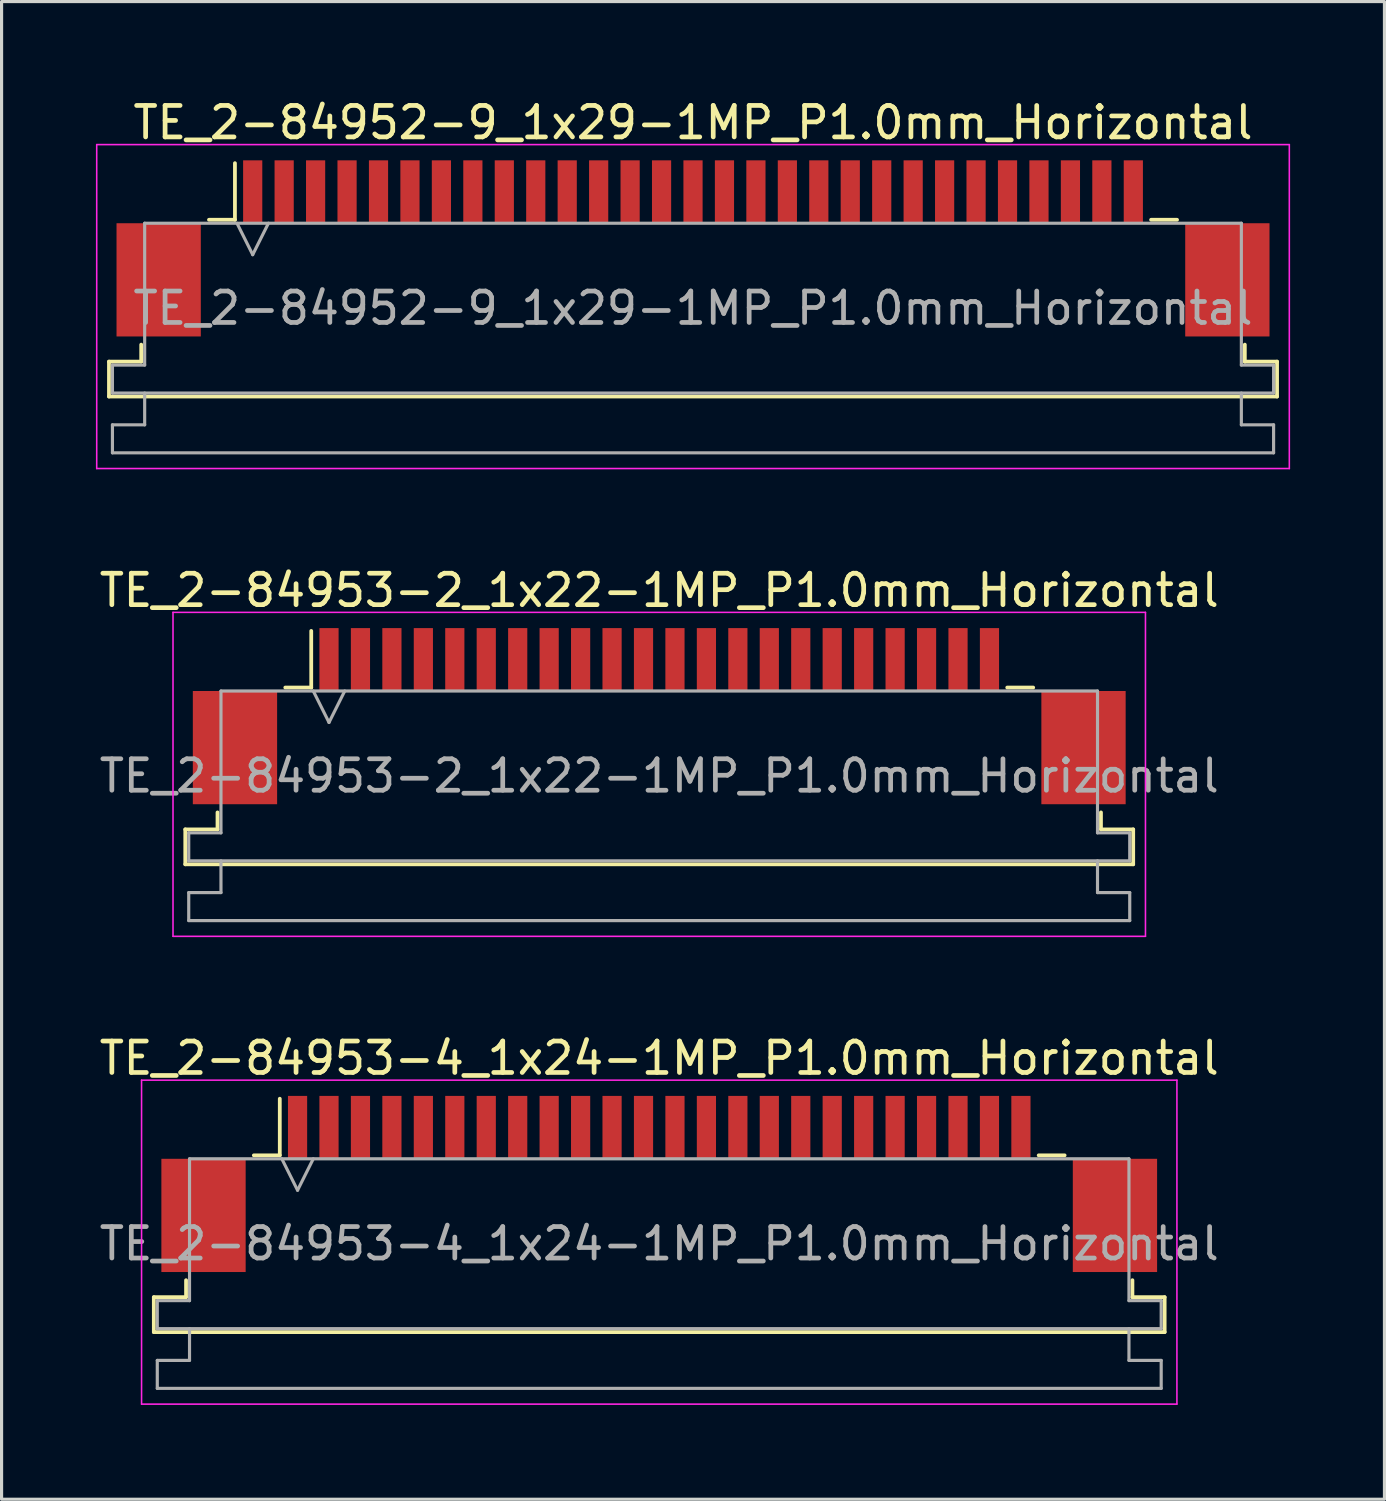
<source format=kicad_pcb>
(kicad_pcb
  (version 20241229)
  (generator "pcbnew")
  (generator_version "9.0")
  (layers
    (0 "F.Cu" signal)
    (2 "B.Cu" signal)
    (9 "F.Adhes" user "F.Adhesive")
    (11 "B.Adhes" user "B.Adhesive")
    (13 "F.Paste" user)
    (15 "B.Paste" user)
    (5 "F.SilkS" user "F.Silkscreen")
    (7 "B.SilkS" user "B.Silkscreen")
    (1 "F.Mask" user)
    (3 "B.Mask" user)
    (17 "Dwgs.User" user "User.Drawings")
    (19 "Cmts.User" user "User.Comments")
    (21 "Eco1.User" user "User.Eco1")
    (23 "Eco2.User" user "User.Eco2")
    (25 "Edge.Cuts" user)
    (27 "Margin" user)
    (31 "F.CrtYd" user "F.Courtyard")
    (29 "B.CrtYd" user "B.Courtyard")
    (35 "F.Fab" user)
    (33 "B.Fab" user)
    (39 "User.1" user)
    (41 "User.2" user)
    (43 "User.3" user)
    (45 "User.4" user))
  (footprint "TE_2-84953-2_1x22-1MP_P1.0mm_Horizontal"
    (layer "F.Cu")
    (at 17.911 19.721)
    (property "Reference" "TE_2-84953-2_1x22-1MP_P1.0mm_Horizontal" (at 0 -4 0) (layer "F.SilkS") (effects (font (size 1 1) (thickness 0.15))))
    (attr smd)
    (fp_line (start -15.07 3.6) (end -14.045 3.6) (stroke (width 0.12) (type solid)) (layer "F.SilkS"))
    (fp_line (start -15.07 4.71) (end -15.07 3.6) (stroke (width 0.12) (type solid)) (layer "F.SilkS"))
    (fp_line (start -14.045 3.6) (end -14.045 3.06) (stroke (width 0.12) (type solid)) (layer "F.SilkS"))
    (fp_line (start -11.89 -0.91) (end -11.065 -0.91) (stroke (width 0.12) (type solid)) (layer "F.SilkS"))
    (fp_line (start -11.065 -0.91) (end -11.065 -2.71) (stroke (width 0.12) (type solid)) (layer "F.SilkS"))
    (fp_line (start 11.065 -0.91) (end 11.89 -0.91) (stroke (width 0.12) (type solid)) (layer "F.SilkS"))
    (fp_line (start 14.045 3.06) (end 14.045 3.6) (stroke (width 0.12) (type solid)) (layer "F.SilkS"))
    (fp_line (start 14.045 3.6) (end 15.07 3.6) (stroke (width 0.12) (type solid)) (layer "F.SilkS"))
    (fp_line (start 15.07 3.6) (end 15.07 4.71) (stroke (width 0.12) (type solid)) (layer "F.SilkS"))
    (fp_line (start 15.07 4.71) (end -15.07 4.71) (stroke (width 0.12) (type solid)) (layer "F.SilkS"))
    (fp_line (start -15.46 -3.3) (end -15.46 7) (stroke (width 0.05) (type solid)) (layer "F.CrtYd"))
    (fp_line (start -15.46 7) (end 15.46 7) (stroke (width 0.05) (type solid)) (layer "F.CrtYd"))
    (fp_line (start 15.46 -3.3) (end -15.46 -3.3) (stroke (width 0.05) (type solid)) (layer "F.CrtYd"))
    (fp_line (start 15.46 7) (end 15.46 -3.3) (stroke (width 0.05) (type solid)) (layer "F.CrtYd"))
    (fp_line (start -14.96 3.71) (end -13.935 3.71) (stroke (width 0.1) (type solid)) (layer "F.Fab"))
    (fp_line (start -14.96 4.6) (end -14.96 3.71) (stroke (width 0.1) (type solid)) (layer "F.Fab"))
    (fp_line (start -14.96 5.61) (end -13.935 5.61) (stroke (width 0.1) (type solid)) (layer "F.Fab"))
    (fp_line (start -14.96 6.5) (end -14.96 5.61) (stroke (width 0.1) (type solid)) (layer "F.Fab"))
    (fp_line (start -13.935 -0.8) (end 13.935 -0.8) (stroke (width 0.1) (type solid)) (layer "F.Fab"))
    (fp_line (start -13.935 3.71) (end -13.935 -0.8) (stroke (width 0.1) (type solid)) (layer "F.Fab"))
    (fp_line (start -13.935 5.61) (end -13.935 4.6) (stroke (width 0.1) (type solid)) (layer "F.Fab"))
    (fp_line (start -11 -0.8) (end -10.5 0.2) (stroke (width 0.1) (type solid)) (layer "F.Fab"))
    (fp_line (start -10.5 0.2) (end -10 -0.8) (stroke (width 0.1) (type solid)) (layer "F.Fab"))
    (fp_line (start 13.935 -0.8) (end 13.935 3.71) (stroke (width 0.1) (type solid)) (layer "F.Fab"))
    (fp_line (start 13.935 3.71) (end 14.96 3.71) (stroke (width 0.1) (type solid)) (layer "F.Fab"))
    (fp_line (start 13.935 4.6) (end 13.935 5.61) (stroke (width 0.1) (type solid)) (layer "F.Fab"))
    (fp_line (start 13.935 5.61) (end 14.96 5.61) (stroke (width 0.1) (type solid)) (layer "F.Fab"))
    (fp_line (start 14.96 3.71) (end 14.96 4.6) (stroke (width 0.1) (type solid)) (layer "F.Fab"))
    (fp_line (start 14.96 4.6) (end -14.96 4.6) (stroke (width 0.1) (type solid)) (layer "F.Fab"))
    (fp_line (start 14.96 5.61) (end 14.96 6.5) (stroke (width 0.1) (type solid)) (layer "F.Fab"))
    (fp_line (start 14.96 6.5) (end -14.96 6.5) (stroke (width 0.1) (type solid)) (layer "F.Fab"))
    (fp_text user "${REFERENCE}" (at 0 1.9 0) (layer "F.Fab") (effects (font (size 1 1) (thickness 0.15))))
    (pad "1" smd rect (at -10.5 -1.8) (size 0.61 2) (layers "F.Cu" "F.Mask" "F.Paste"))
    (pad "2" smd rect (at -9.5 -1.8) (size 0.61 2) (layers "F.Cu" "F.Mask" "F.Paste"))
    (pad "3" smd rect (at -8.5 -1.8) (size 0.61 2) (layers "F.Cu" "F.Mask" "F.Paste"))
    (pad "4" smd rect (at -7.5 -1.8) (size 0.61 2) (layers "F.Cu" "F.Mask" "F.Paste"))
    (pad "5" smd rect (at -6.5 -1.8) (size 0.61 2) (layers "F.Cu" "F.Mask" "F.Paste"))
    (pad "6" smd rect (at -5.5 -1.8) (size 0.61 2) (layers "F.Cu" "F.Mask" "F.Paste"))
    (pad "7" smd rect (at -4.5 -1.8) (size 0.61 2) (layers "F.Cu" "F.Mask" "F.Paste"))
    (pad "8" smd rect (at -3.5 -1.8) (size 0.61 2) (layers "F.Cu" "F.Mask" "F.Paste"))
    (pad "9" smd rect (at -2.5 -1.8) (size 0.61 2) (layers "F.Cu" "F.Mask" "F.Paste"))
    (pad "10" smd rect (at -1.5 -1.8) (size 0.61 2) (layers "F.Cu" "F.Mask" "F.Paste"))
    (pad "11" smd rect (at -0.5 -1.8) (size 0.61 2) (layers "F.Cu" "F.Mask" "F.Paste"))
    (pad "12" smd rect (at 0.5 -1.8) (size 0.61 2) (layers "F.Cu" "F.Mask" "F.Paste"))
    (pad "13" smd rect (at 1.5 -1.8) (size 0.61 2) (layers "F.Cu" "F.Mask" "F.Paste"))
    (pad "14" smd rect (at 2.5 -1.8) (size 0.61 2) (layers "F.Cu" "F.Mask" "F.Paste"))
    (pad "15" smd rect (at 3.5 -1.8) (size 0.61 2) (layers "F.Cu" "F.Mask" "F.Paste"))
    (pad "16" smd rect (at 4.5 -1.8) (size 0.61 2) (layers "F.Cu" "F.Mask" "F.Paste"))
    (pad "17" smd rect (at 5.5 -1.8) (size 0.61 2) (layers "F.Cu" "F.Mask" "F.Paste"))
    (pad "18" smd rect (at 6.5 -1.8) (size 0.61 2) (layers "F.Cu" "F.Mask" "F.Paste"))
    (pad "19" smd rect (at 7.5 -1.8) (size 0.61 2) (layers "F.Cu" "F.Mask" "F.Paste"))
    (pad "20" smd rect (at 8.5 -1.8) (size 0.61 2) (layers "F.Cu" "F.Mask" "F.Paste"))
    (pad "21" smd rect (at 9.5 -1.8) (size 0.61 2) (layers "F.Cu" "F.Mask" "F.Paste"))
    (pad "22" smd rect (at 10.5 -1.8) (size 0.61 2) (layers "F.Cu" "F.Mask" "F.Paste"))
    (pad "MP" smd rect (at -13.49 1) (size 2.68 3.6) (layers "F.Cu" "F.Mask" "F.Paste"))
    (pad "MP" smd rect (at 13.49 1) (size 2.68 3.6) (layers "F.Cu" "F.Mask" "F.Paste")))
  (footprint "TE_2-84952-9_1x29-1MP_P1.0mm_Horizontal"
    (layer "F.Cu")
    (at 18.985 4.848)
    (property "Reference" "TE_2-84952-9_1x29-1MP_P1.0mm_Horizontal" (at 0 -4 0) (layer "F.SilkS") (effects (font (size 1 1) (thickness 0.15))))
    (attr smd)
    (fp_line (start -18.57 3.6) (end -17.545 3.6) (stroke (width 0.12) (type solid)) (layer "F.SilkS"))
    (fp_line (start -18.57 4.71) (end -18.57 3.6) (stroke (width 0.12) (type solid)) (layer "F.SilkS"))
    (fp_line (start -17.545 3.6) (end -17.545 3.06) (stroke (width 0.12) (type solid)) (layer "F.SilkS"))
    (fp_line (start -15.39 -0.91) (end -14.565 -0.91) (stroke (width 0.12) (type solid)) (layer "F.SilkS"))
    (fp_line (start -14.565 -0.91) (end -14.565 -2.71) (stroke (width 0.12) (type solid)) (layer "F.SilkS"))
    (fp_line (start 14.565 -0.91) (end 15.39 -0.91) (stroke (width 0.12) (type solid)) (layer "F.SilkS"))
    (fp_line (start 17.545 3.06) (end 17.545 3.6) (stroke (width 0.12) (type solid)) (layer "F.SilkS"))
    (fp_line (start 17.545 3.6) (end 18.57 3.6) (stroke (width 0.12) (type solid)) (layer "F.SilkS"))
    (fp_line (start 18.57 3.6) (end 18.57 4.71) (stroke (width 0.12) (type solid)) (layer "F.SilkS"))
    (fp_line (start 18.57 4.71) (end -18.57 4.71) (stroke (width 0.12) (type solid)) (layer "F.SilkS"))
    (fp_line (start -18.96 -3.3) (end -18.96 7) (stroke (width 0.05) (type solid)) (layer "F.CrtYd"))
    (fp_line (start -18.96 7) (end 18.96 7) (stroke (width 0.05) (type solid)) (layer "F.CrtYd"))
    (fp_line (start 18.96 -3.3) (end -18.96 -3.3) (stroke (width 0.05) (type solid)) (layer "F.CrtYd"))
    (fp_line (start 18.96 7) (end 18.96 -3.3) (stroke (width 0.05) (type solid)) (layer "F.CrtYd"))
    (fp_line (start -18.46 3.71) (end -17.435 3.71) (stroke (width 0.1) (type solid)) (layer "F.Fab"))
    (fp_line (start -18.46 4.6) (end -18.46 3.71) (stroke (width 0.1) (type solid)) (layer "F.Fab"))
    (fp_line (start -18.46 5.61) (end -17.435 5.61) (stroke (width 0.1) (type solid)) (layer "F.Fab"))
    (fp_line (start -18.46 6.5) (end -18.46 5.61) (stroke (width 0.1) (type solid)) (layer "F.Fab"))
    (fp_line (start -17.435 -0.8) (end 17.435 -0.8) (stroke (width 0.1) (type solid)) (layer "F.Fab"))
    (fp_line (start -17.435 3.71) (end -17.435 -0.8) (stroke (width 0.1) (type solid)) (layer "F.Fab"))
    (fp_line (start -17.435 5.61) (end -17.435 4.6) (stroke (width 0.1) (type solid)) (layer "F.Fab"))
    (fp_line (start -14.5 -0.8) (end -14 0.2) (stroke (width 0.1) (type solid)) (layer "F.Fab"))
    (fp_line (start -14 0.2) (end -13.5 -0.8) (stroke (width 0.1) (type solid)) (layer "F.Fab"))
    (fp_line (start 17.435 -0.8) (end 17.435 3.71) (stroke (width 0.1) (type solid)) (layer "F.Fab"))
    (fp_line (start 17.435 3.71) (end 18.46 3.71) (stroke (width 0.1) (type solid)) (layer "F.Fab"))
    (fp_line (start 17.435 4.6) (end 17.435 5.61) (stroke (width 0.1) (type solid)) (layer "F.Fab"))
    (fp_line (start 17.435 5.61) (end 18.46 5.61) (stroke (width 0.1) (type solid)) (layer "F.Fab"))
    (fp_line (start 18.46 3.71) (end 18.46 4.6) (stroke (width 0.1) (type solid)) (layer "F.Fab"))
    (fp_line (start 18.46 4.6) (end -18.46 4.6) (stroke (width 0.1) (type solid)) (layer "F.Fab"))
    (fp_line (start 18.46 5.61) (end 18.46 6.5) (stroke (width 0.1) (type solid)) (layer "F.Fab"))
    (fp_line (start 18.46 6.5) (end -18.46 6.5) (stroke (width 0.1) (type solid)) (layer "F.Fab"))
    (fp_text user "${REFERENCE}" (at 0 1.9 0) (layer "F.Fab") (effects (font (size 1 1) (thickness 0.15))))
    (pad "1" smd rect (at -14 -1.8) (size 0.61 2) (layers "F.Cu" "F.Mask" "F.Paste"))
    (pad "2" smd rect (at -13 -1.8) (size 0.61 2) (layers "F.Cu" "F.Mask" "F.Paste"))
    (pad "3" smd rect (at -12 -1.8) (size 0.61 2) (layers "F.Cu" "F.Mask" "F.Paste"))
    (pad "4" smd rect (at -11 -1.8) (size 0.61 2) (layers "F.Cu" "F.Mask" "F.Paste"))
    (pad "5" smd rect (at -10 -1.8) (size 0.61 2) (layers "F.Cu" "F.Mask" "F.Paste"))
    (pad "6" smd rect (at -9 -1.8) (size 0.61 2) (layers "F.Cu" "F.Mask" "F.Paste"))
    (pad "7" smd rect (at -8 -1.8) (size 0.61 2) (layers "F.Cu" "F.Mask" "F.Paste"))
    (pad "8" smd rect (at -7 -1.8) (size 0.61 2) (layers "F.Cu" "F.Mask" "F.Paste"))
    (pad "9" smd rect (at -6 -1.8) (size 0.61 2) (layers "F.Cu" "F.Mask" "F.Paste"))
    (pad "10" smd rect (at -5 -1.8) (size 0.61 2) (layers "F.Cu" "F.Mask" "F.Paste"))
    (pad "11" smd rect (at -4 -1.8) (size 0.61 2) (layers "F.Cu" "F.Mask" "F.Paste"))
    (pad "12" smd rect (at -3 -1.8) (size 0.61 2) (layers "F.Cu" "F.Mask" "F.Paste"))
    (pad "13" smd rect (at -2 -1.8) (size 0.61 2) (layers "F.Cu" "F.Mask" "F.Paste"))
    (pad "14" smd rect (at -1 -1.8) (size 0.61 2) (layers "F.Cu" "F.Mask" "F.Paste"))
    (pad "15" smd rect (at 0 -1.8) (size 0.61 2) (layers "F.Cu" "F.Mask" "F.Paste"))
    (pad "16" smd rect (at 1 -1.8) (size 0.61 2) (layers "F.Cu" "F.Mask" "F.Paste"))
    (pad "17" smd rect (at 2 -1.8) (size 0.61 2) (layers "F.Cu" "F.Mask" "F.Paste"))
    (pad "18" smd rect (at 3 -1.8) (size 0.61 2) (layers "F.Cu" "F.Mask" "F.Paste"))
    (pad "19" smd rect (at 4 -1.8) (size 0.61 2) (layers "F.Cu" "F.Mask" "F.Paste"))
    (pad "20" smd rect (at 5 -1.8) (size 0.61 2) (layers "F.Cu" "F.Mask" "F.Paste"))
    (pad "21" smd rect (at 6 -1.8) (size 0.61 2) (layers "F.Cu" "F.Mask" "F.Paste"))
    (pad "22" smd rect (at 7 -1.8) (size 0.61 2) (layers "F.Cu" "F.Mask" "F.Paste"))
    (pad "23" smd rect (at 8 -1.8) (size 0.61 2) (layers "F.Cu" "F.Mask" "F.Paste"))
    (pad "24" smd rect (at 9 -1.8) (size 0.61 2) (layers "F.Cu" "F.Mask" "F.Paste"))
    (pad "25" smd rect (at 10 -1.8) (size 0.61 2) (layers "F.Cu" "F.Mask" "F.Paste"))
    (pad "26" smd rect (at 11 -1.8) (size 0.61 2) (layers "F.Cu" "F.Mask" "F.Paste"))
    (pad "27" smd rect (at 12 -1.8) (size 0.61 2) (layers "F.Cu" "F.Mask" "F.Paste"))
    (pad "28" smd rect (at 13 -1.8) (size 0.61 2) (layers "F.Cu" "F.Mask" "F.Paste"))
    (pad "29" smd rect (at 14 -1.8) (size 0.61 2) (layers "F.Cu" "F.Mask" "F.Paste"))
    (pad "MP" smd rect (at -16.99 1) (size 2.68 3.6) (layers "F.Cu" "F.Mask" "F.Paste"))
    (pad "MP" smd rect (at 16.99 1) (size 2.68 3.6) (layers "F.Cu" "F.Mask" "F.Paste")))
  (footprint "TE_2-84953-4_1x24-1MP_P1.0mm_Horizontal"
    (layer "F.Cu")
    (at 17.911 34.595)
    (property "Reference" "TE_2-84953-4_1x24-1MP_P1.0mm_Horizontal" (at 0 -4 0) (layer "F.SilkS") (effects (font (size 1 1) (thickness 0.15))))
    (attr smd)
    (fp_line (start -16.07 3.6) (end -15.045 3.6) (stroke (width 0.12) (type solid)) (layer "F.SilkS"))
    (fp_line (start -16.07 4.71) (end -16.07 3.6) (stroke (width 0.12) (type solid)) (layer "F.SilkS"))
    (fp_line (start -15.045 3.6) (end -15.045 3.06) (stroke (width 0.12) (type solid)) (layer "F.SilkS"))
    (fp_line (start -12.89 -0.91) (end -12.065 -0.91) (stroke (width 0.12) (type solid)) (layer "F.SilkS"))
    (fp_line (start -12.065 -0.91) (end -12.065 -2.71) (stroke (width 0.12) (type solid)) (layer "F.SilkS"))
    (fp_line (start 12.065 -0.91) (end 12.89 -0.91) (stroke (width 0.12) (type solid)) (layer "F.SilkS"))
    (fp_line (start 15.045 3.06) (end 15.045 3.6) (stroke (width 0.12) (type solid)) (layer "F.SilkS"))
    (fp_line (start 15.045 3.6) (end 16.07 3.6) (stroke (width 0.12) (type solid)) (layer "F.SilkS"))
    (fp_line (start 16.07 3.6) (end 16.07 4.71) (stroke (width 0.12) (type solid)) (layer "F.SilkS"))
    (fp_line (start 16.07 4.71) (end -16.07 4.71) (stroke (width 0.12) (type solid)) (layer "F.SilkS"))
    (fp_line (start -16.46 -3.3) (end -16.46 7) (stroke (width 0.05) (type solid)) (layer "F.CrtYd"))
    (fp_line (start -16.46 7) (end 16.46 7) (stroke (width 0.05) (type solid)) (layer "F.CrtYd"))
    (fp_line (start 16.46 -3.3) (end -16.46 -3.3) (stroke (width 0.05) (type solid)) (layer "F.CrtYd"))
    (fp_line (start 16.46 7) (end 16.46 -3.3) (stroke (width 0.05) (type solid)) (layer "F.CrtYd"))
    (fp_line (start -15.96 3.71) (end -14.935 3.71) (stroke (width 0.1) (type solid)) (layer "F.Fab"))
    (fp_line (start -15.96 4.6) (end -15.96 3.71) (stroke (width 0.1) (type solid)) (layer "F.Fab"))
    (fp_line (start -15.96 5.61) (end -14.935 5.61) (stroke (width 0.1) (type solid)) (layer "F.Fab"))
    (fp_line (start -15.96 6.5) (end -15.96 5.61) (stroke (width 0.1) (type solid)) (layer "F.Fab"))
    (fp_line (start -14.935 -0.8) (end 14.935 -0.8) (stroke (width 0.1) (type solid)) (layer "F.Fab"))
    (fp_line (start -14.935 3.71) (end -14.935 -0.8) (stroke (width 0.1) (type solid)) (layer "F.Fab"))
    (fp_line (start -14.935 5.61) (end -14.935 4.6) (stroke (width 0.1) (type solid)) (layer "F.Fab"))
    (fp_line (start -12 -0.8) (end -11.5 0.2) (stroke (width 0.1) (type solid)) (layer "F.Fab"))
    (fp_line (start -11.5 0.2) (end -11 -0.8) (stroke (width 0.1) (type solid)) (layer "F.Fab"))
    (fp_line (start 14.935 -0.8) (end 14.935 3.71) (stroke (width 0.1) (type solid)) (layer "F.Fab"))
    (fp_line (start 14.935 3.71) (end 15.96 3.71) (stroke (width 0.1) (type solid)) (layer "F.Fab"))
    (fp_line (start 14.935 4.6) (end 14.935 5.61) (stroke (width 0.1) (type solid)) (layer "F.Fab"))
    (fp_line (start 14.935 5.61) (end 15.96 5.61) (stroke (width 0.1) (type solid)) (layer "F.Fab"))
    (fp_line (start 15.96 3.71) (end 15.96 4.6) (stroke (width 0.1) (type solid)) (layer "F.Fab"))
    (fp_line (start 15.96 4.6) (end -15.96 4.6) (stroke (width 0.1) (type solid)) (layer "F.Fab"))
    (fp_line (start 15.96 5.61) (end 15.96 6.5) (stroke (width 0.1) (type solid)) (layer "F.Fab"))
    (fp_line (start 15.96 6.5) (end -15.96 6.5) (stroke (width 0.1) (type solid)) (layer "F.Fab"))
    (fp_text user "${REFERENCE}" (at 0 1.9 0) (layer "F.Fab") (effects (font (size 1 1) (thickness 0.15))))
    (pad "1" smd rect (at -11.5 -1.8) (size 0.61 2) (layers "F.Cu" "F.Mask" "F.Paste"))
    (pad "2" smd rect (at -10.5 -1.8) (size 0.61 2) (layers "F.Cu" "F.Mask" "F.Paste"))
    (pad "3" smd rect (at -9.5 -1.8) (size 0.61 2) (layers "F.Cu" "F.Mask" "F.Paste"))
    (pad "4" smd rect (at -8.5 -1.8) (size 0.61 2) (layers "F.Cu" "F.Mask" "F.Paste"))
    (pad "5" smd rect (at -7.5 -1.8) (size 0.61 2) (layers "F.Cu" "F.Mask" "F.Paste"))
    (pad "6" smd rect (at -6.5 -1.8) (size 0.61 2) (layers "F.Cu" "F.Mask" "F.Paste"))
    (pad "7" smd rect (at -5.5 -1.8) (size 0.61 2) (layers "F.Cu" "F.Mask" "F.Paste"))
    (pad "8" smd rect (at -4.5 -1.8) (size 0.61 2) (layers "F.Cu" "F.Mask" "F.Paste"))
    (pad "9" smd rect (at -3.5 -1.8) (size 0.61 2) (layers "F.Cu" "F.Mask" "F.Paste"))
    (pad "10" smd rect (at -2.5 -1.8) (size 0.61 2) (layers "F.Cu" "F.Mask" "F.Paste"))
    (pad "11" smd rect (at -1.5 -1.8) (size 0.61 2) (layers "F.Cu" "F.Mask" "F.Paste"))
    (pad "12" smd rect (at -0.5 -1.8) (size 0.61 2) (layers "F.Cu" "F.Mask" "F.Paste"))
    (pad "13" smd rect (at 0.5 -1.8) (size 0.61 2) (layers "F.Cu" "F.Mask" "F.Paste"))
    (pad "14" smd rect (at 1.5 -1.8) (size 0.61 2) (layers "F.Cu" "F.Mask" "F.Paste"))
    (pad "15" smd rect (at 2.5 -1.8) (size 0.61 2) (layers "F.Cu" "F.Mask" "F.Paste"))
    (pad "16" smd rect (at 3.5 -1.8) (size 0.61 2) (layers "F.Cu" "F.Mask" "F.Paste"))
    (pad "17" smd rect (at 4.5 -1.8) (size 0.61 2) (layers "F.Cu" "F.Mask" "F.Paste"))
    (pad "18" smd rect (at 5.5 -1.8) (size 0.61 2) (layers "F.Cu" "F.Mask" "F.Paste"))
    (pad "19" smd rect (at 6.5 -1.8) (size 0.61 2) (layers "F.Cu" "F.Mask" "F.Paste"))
    (pad "20" smd rect (at 7.5 -1.8) (size 0.61 2) (layers "F.Cu" "F.Mask" "F.Paste"))
    (pad "21" smd rect (at 8.5 -1.8) (size 0.61 2) (layers "F.Cu" "F.Mask" "F.Paste"))
    (pad "22" smd rect (at 9.5 -1.8) (size 0.61 2) (layers "F.Cu" "F.Mask" "F.Paste"))
    (pad "23" smd rect (at 10.5 -1.8) (size 0.61 2) (layers "F.Cu" "F.Mask" "F.Paste"))
    (pad "24" smd rect (at 11.5 -1.8) (size 0.61 2) (layers "F.Cu" "F.Mask" "F.Paste"))
    (pad "MP" smd rect (at -14.49 1) (size 2.68 3.6) (layers "F.Cu" "F.Mask" "F.Paste"))
    (pad "MP" smd rect (at 14.49 1) (size 2.68 3.6) (layers "F.Cu" "F.Mask" "F.Paste")))
  (gr_rect
    (start -3 -3)
    (end 40.97 44.62)
    (stroke (width 0.1) (type default))
    (fill no)
    (layer "Edge.Cuts")))
</source>
